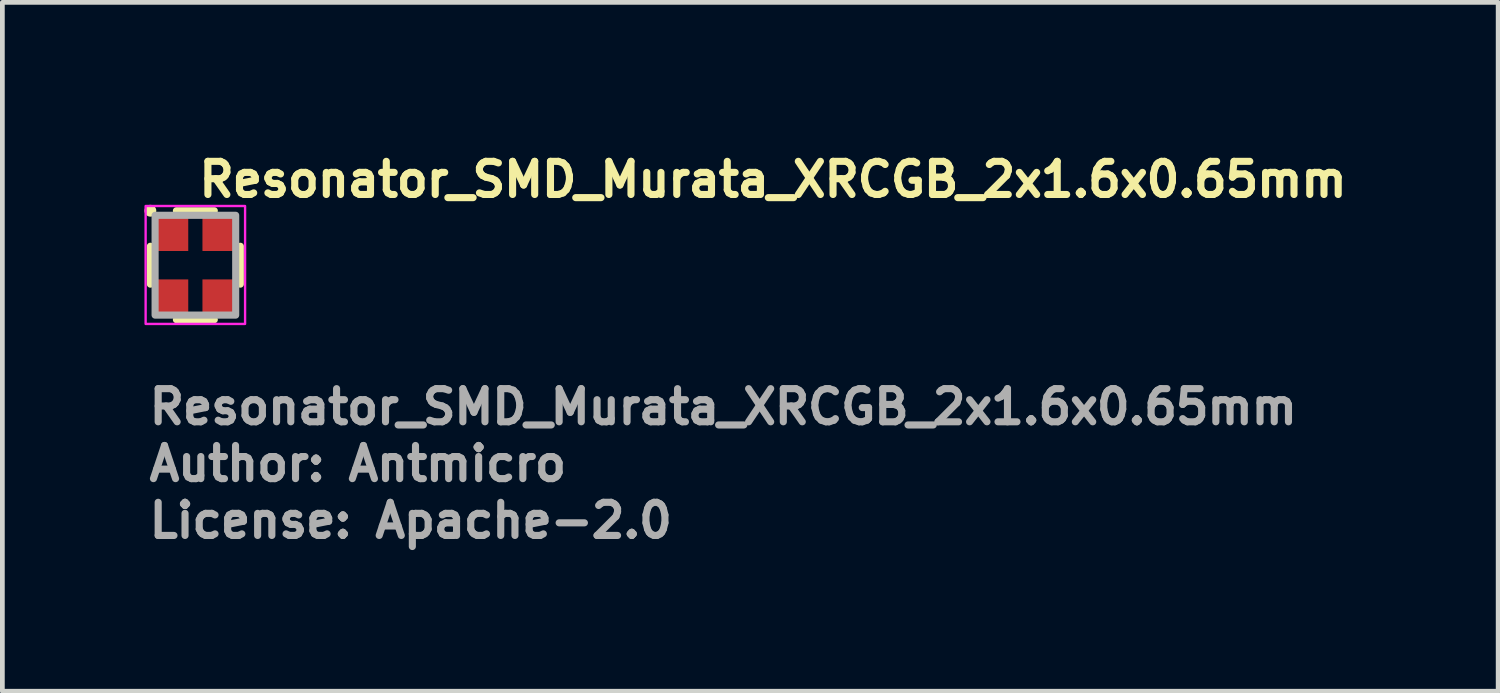
<source format=kicad_pcb>
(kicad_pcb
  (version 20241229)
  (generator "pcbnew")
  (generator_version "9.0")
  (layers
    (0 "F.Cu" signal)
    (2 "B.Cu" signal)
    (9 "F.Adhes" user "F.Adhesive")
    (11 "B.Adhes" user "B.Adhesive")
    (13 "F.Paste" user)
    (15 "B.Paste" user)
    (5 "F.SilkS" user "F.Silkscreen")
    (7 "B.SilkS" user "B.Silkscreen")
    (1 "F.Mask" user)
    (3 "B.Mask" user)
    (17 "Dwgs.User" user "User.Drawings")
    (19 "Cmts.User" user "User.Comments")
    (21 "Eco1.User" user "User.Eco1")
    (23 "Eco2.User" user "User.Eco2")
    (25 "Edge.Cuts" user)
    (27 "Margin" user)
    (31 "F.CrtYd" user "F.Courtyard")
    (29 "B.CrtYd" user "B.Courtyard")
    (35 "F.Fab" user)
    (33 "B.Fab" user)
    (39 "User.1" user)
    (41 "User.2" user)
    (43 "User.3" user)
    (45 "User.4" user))
  (footprint "Resonator_SMD_Murata_XRCGB_2x1.6x0.65mm"
    (layer "F.Cu")
    (at 1.075 2.55)
    (property "Reference" "Resonator_SMD_Murata_XRCGB_2x1.6x0.65mm" (at 0 -1.4 180) (layer "F.SilkS") (effects (font (size 0.7 0.7) (thickness 0.15)) (justify left bottom)))
    (attr smd)
    (fp_line (start -0.95 0.4) (end -0.95 -0.4) (stroke (width 0.15) (type solid)) (layer "F.SilkS"))
    (fp_line (start -0.4 -1.15) (end 0.4 -1.15) (stroke (width 0.15) (type solid)) (layer "F.SilkS"))
    (fp_line (start -0.4 1.15) (end 0.4 1.15) (stroke (width 0.15) (type solid)) (layer "F.SilkS"))
    (fp_line (start 0.95 0.4) (end 0.95 -0.4) (stroke (width 0.15) (type solid)) (layer "F.SilkS"))
    (fp_circle (center -0.95 -1.15) (end -0.9 -1.15) (stroke (width 0.15) (type solid)) (fill yes) (layer "F.SilkS"))
    (fp_rect (start -1.05 -1.25) (end 1.05 1.24) (stroke (width 0.05) (type solid)) (fill no) (layer "F.CrtYd"))
    (fp_rect (start -0.85 -1.054) (end 0.852 1.054) (stroke (width 0.15) (type solid)) (fill no) (layer "F.Fab"))
    (fp_rect (start -0.8 -1) (end 0.8 1) (stroke (width 0.15) (type solid)) (fill no) (layer "User.5"))
    (fp_line (start -0.8 -0.938) (end -0.8 -0.263) (stroke (width 0.02) (type solid)) (layer "User.9"))
    (fp_line (start -0.8 -0.263) (end -0.798 -0.263) (stroke (width 0.02) (type solid)) (layer "User.9"))
    (fp_line (start -0.8 -0.263) (end -0.798 -0.263) (stroke (width 0.02) (type solid)) (layer "User.9"))
    (fp_line (start -0.8 0.263) (end -0.8 0.937) (stroke (width 0.02) (type solid)) (layer "User.9"))
    (fp_line (start -0.8 0.937) (end -0.798 0.937) (stroke (width 0.02) (type solid)) (layer "User.9"))
    (fp_line (start -0.798 -0.938) (end -0.8 -0.938) (stroke (width 0.02) (type solid)) (layer "User.9"))
    (fp_line (start -0.798 -0.263) (end -0.794 -0.263) (stroke (width 0.02) (type solid)) (layer "User.9"))
    (fp_line (start -0.798 -0.263) (end -0.794 -0.263) (stroke (width 0.02) (type solid)) (layer "User.9"))
    (fp_line (start -0.798 0.262) (end -0.8 0.263) (stroke (width 0.02) (type solid)) (layer "User.9"))
    (fp_line (start -0.798 0.937) (end -0.794 0.937) (stroke (width 0.02) (type solid)) (layer "User.9"))
    (fp_line (start -0.794 -0.938) (end -0.798 -0.938) (stroke (width 0.02) (type solid)) (layer "User.9"))
    (fp_line (start -0.794 -0.263) (end -0.791 -0.263) (stroke (width 0.02) (type solid)) (layer "User.9"))
    (fp_line (start -0.794 -0.263) (end -0.791 -0.263) (stroke (width 0.02) (type solid)) (layer "User.9"))
    (fp_line (start -0.794 0.262) (end -0.798 0.262) (stroke (width 0.02) (type solid)) (layer "User.9"))
    (fp_line (start -0.794 0.937) (end -0.791 0.937) (stroke (width 0.02) (type solid)) (layer "User.9"))
    (fp_line (start -0.791 -0.938) (end -0.794 -0.938) (stroke (width 0.02) (type solid)) (layer "User.9"))
    (fp_line (start -0.791 -0.263) (end -0.787 -0.262) (stroke (width 0.02) (type solid)) (layer "User.9"))
    (fp_line (start -0.791 -0.263) (end -0.787 -0.262) (stroke (width 0.02) (type solid)) (layer "User.9"))
    (fp_line (start -0.791 0.262) (end -0.794 0.262) (stroke (width 0.02) (type solid)) (layer "User.9"))
    (fp_line (start -0.791 0.937) (end -0.789 0.938) (stroke (width 0.02) (type solid)) (layer "User.9"))
    (fp_line (start -0.789 -0.94) (end -0.791 -0.938) (stroke (width 0.02) (type solid)) (layer "User.9"))
    (fp_line (start -0.789 0.938) (end -0.785 0.938) (stroke (width 0.02) (type solid)) (layer "User.9"))
    (fp_line (start -0.787 -0.262) (end -0.785 -0.262) (stroke (width 0.02) (type solid)) (layer "User.9"))
    (fp_line (start -0.787 -0.262) (end -0.785 -0.262) (stroke (width 0.02) (type solid)) (layer "User.9"))
    (fp_line (start -0.787 0.261) (end -0.791 0.262) (stroke (width 0.02) (type solid)) (layer "User.9"))
    (fp_line (start -0.785 -0.94) (end -0.789 -0.94) (stroke (width 0.02) (type solid)) (layer "User.9"))
    (fp_line (start -0.785 -0.262) (end -0.781 -0.261) (stroke (width 0.02) (type solid)) (layer "User.9"))
    (fp_line (start -0.785 -0.262) (end -0.781 -0.261) (stroke (width 0.02) (type solid)) (layer "User.9"))
    (fp_line (start -0.785 0.261) (end -0.787 0.261) (stroke (width 0.02) (type solid)) (layer "User.9"))
    (fp_line (start -0.785 0.938) (end -0.783 0.939) (stroke (width 0.02) (type solid)) (layer "User.9"))
    (fp_line (start -0.783 -0.94) (end -0.785 -0.94) (stroke (width 0.02) (type solid)) (layer "User.9"))
    (fp_line (start -0.783 0.939) (end -0.779 0.94) (stroke (width 0.02) (type solid)) (layer "User.9"))
    (fp_line (start -0.781 -0.261) (end -0.779 -0.26) (stroke (width 0.02) (type solid)) (layer "User.9"))
    (fp_line (start -0.781 -0.261) (end -0.779 -0.26) (stroke (width 0.02) (type solid)) (layer "User.9"))
    (fp_line (start -0.781 0.26) (end -0.785 0.261) (stroke (width 0.02) (type solid)) (layer "User.9"))
    (fp_line (start -0.779 -0.942) (end -0.783 -0.94) (stroke (width 0.02) (type solid)) (layer "User.9"))
    (fp_line (start -0.779 -0.26) (end -0.777 -0.258) (stroke (width 0.02) (type solid)) (layer "User.9"))
    (fp_line (start -0.779 -0.26) (end -0.777 -0.258) (stroke (width 0.02) (type solid)) (layer "User.9"))
    (fp_line (start -0.779 0.259) (end -0.781 0.26) (stroke (width 0.02) (type solid)) (layer "User.9"))
    (fp_line (start -0.779 0.94) (end -0.777 0.941) (stroke (width 0.02) (type solid)) (layer "User.9"))
    (fp_line (start -0.777 -0.942) (end -0.779 -0.942) (stroke (width 0.02) (type solid)) (layer "User.9"))
    (fp_line (start -0.777 -0.258) (end -0.773 -0.256) (stroke (width 0.02) (type solid)) (layer "User.9"))
    (fp_line (start -0.777 -0.258) (end -0.773 -0.256) (stroke (width 0.02) (type solid)) (layer "User.9"))
    (fp_line (start -0.777 0.258) (end -0.779 0.259) (stroke (width 0.02) (type solid)) (layer "User.9"))
    (fp_line (start -0.777 0.941) (end -0.773 0.942) (stroke (width 0.02) (type solid)) (layer "User.9"))
    (fp_line (start -0.773 -0.944) (end -0.777 -0.942) (stroke (width 0.02) (type solid)) (layer "User.9"))
    (fp_line (start -0.773 -0.256) (end -0.771 -0.255) (stroke (width 0.02) (type solid)) (layer "User.9"))
    (fp_line (start -0.773 -0.256) (end -0.771 -0.255) (stroke (width 0.02) (type solid)) (layer "User.9"))
    (fp_line (start -0.773 0.256) (end -0.777 0.258) (stroke (width 0.02) (type solid)) (layer "User.9"))
    (fp_line (start -0.773 0.942) (end -0.771 0.944) (stroke (width 0.02) (type solid)) (layer "User.9"))
    (fp_line (start -0.771 -0.946) (end -0.773 -0.944) (stroke (width 0.02) (type solid)) (layer "User.9"))
    (fp_line (start -0.771 -0.255) (end -0.769 -0.253) (stroke (width 0.02) (type solid)) (layer "User.9"))
    (fp_line (start -0.771 -0.255) (end -0.769 -0.253) (stroke (width 0.02) (type solid)) (layer "User.9"))
    (fp_line (start -0.771 0.255) (end -0.773 0.256) (stroke (width 0.02) (type solid)) (layer "User.9"))
    (fp_line (start -0.771 0.944) (end -0.769 0.945) (stroke (width 0.02) (type solid)) (layer "User.9"))
    (fp_line (start -0.769 -0.946) (end -0.771 -0.946) (stroke (width 0.02) (type solid)) (layer "User.9"))
    (fp_line (start -0.769 -0.253) (end -0.765 -0.252) (stroke (width 0.02) (type solid)) (layer "User.9"))
    (fp_line (start -0.769 -0.253) (end -0.765 -0.252) (stroke (width 0.02) (type solid)) (layer "User.9"))
    (fp_line (start -0.769 0.252) (end -0.771 0.255) (stroke (width 0.02) (type solid)) (layer "User.9"))
    (fp_line (start -0.769 0.945) (end -0.765 0.947) (stroke (width 0.02) (type solid)) (layer "User.9"))
    (fp_line (start -0.765 -0.948) (end -0.769 -0.946) (stroke (width 0.02) (type solid)) (layer "User.9"))
    (fp_line (start -0.765 -0.252) (end -0.763 -0.25) (stroke (width 0.02) (type solid)) (layer "User.9"))
    (fp_line (start -0.765 -0.252) (end -0.763 -0.25) (stroke (width 0.02) (type solid)) (layer "User.9"))
    (fp_line (start -0.765 0.251) (end -0.769 0.252) (stroke (width 0.02) (type solid)) (layer "User.9"))
    (fp_line (start -0.765 0.947) (end -0.763 0.949) (stroke (width 0.02) (type solid)) (layer "User.9"))
    (fp_line (start -0.763 -0.95) (end -0.765 -0.948) (stroke (width 0.02) (type solid)) (layer "User.9"))
    (fp_line (start -0.763 -0.25) (end -0.761 -0.248) (stroke (width 0.02) (type solid)) (layer "User.9"))
    (fp_line (start -0.763 -0.25) (end -0.761 -0.248) (stroke (width 0.02) (type solid)) (layer "User.9"))
    (fp_line (start -0.763 0.249) (end -0.765 0.251) (stroke (width 0.02) (type solid)) (layer "User.9"))
    (fp_line (start -0.763 0.949) (end -0.761 0.951) (stroke (width 0.02) (type solid)) (layer "User.9"))
    (fp_line (start -0.761 -0.952) (end -0.763 -0.95) (stroke (width 0.02) (type solid)) (layer "User.9"))
    (fp_line (start -0.761 -0.248) (end -0.759 -0.246) (stroke (width 0.02) (type solid)) (layer "User.9"))
    (fp_line (start -0.761 -0.248) (end -0.759 -0.246) (stroke (width 0.02) (type solid)) (layer "User.9"))
    (fp_line (start -0.761 0.247) (end -0.763 0.249) (stroke (width 0.02) (type solid)) (layer "User.9"))
    (fp_line (start -0.761 0.951) (end -0.759 0.953) (stroke (width 0.02) (type solid)) (layer "User.9"))
    (fp_line (start -0.759 -0.954) (end -0.761 -0.952) (stroke (width 0.02) (type solid)) (layer "User.9"))
    (fp_line (start -0.759 -0.246) (end -0.757 -0.244) (stroke (width 0.02) (type solid)) (layer "User.9"))
    (fp_line (start -0.759 -0.246) (end -0.757 -0.244) (stroke (width 0.02) (type solid)) (layer "User.9"))
    (fp_line (start -0.759 0.245) (end -0.761 0.247) (stroke (width 0.02) (type solid)) (layer "User.9"))
    (fp_line (start -0.759 0.953) (end -0.757 0.955) (stroke (width 0.02) (type solid)) (layer "User.9"))
    (fp_line (start -0.757 -0.956) (end -0.759 -0.954) (stroke (width 0.02) (type solid)) (layer "User.9"))
    (fp_line (start -0.757 -0.956) (end -0.757 -0.956) (stroke (width 0.02) (type solid)) (layer "User.9"))
    (fp_line (start -0.757 -0.244) (end -0.755 -0.242) (stroke (width 0.02) (type solid)) (layer "User.9"))
    (fp_line (start -0.757 -0.244) (end -0.755 -0.242) (stroke (width 0.02) (type solid)) (layer "User.9"))
    (fp_line (start -0.757 0.243) (end -0.759 0.245) (stroke (width 0.02) (type solid)) (layer "User.9"))
    (fp_line (start -0.757 0.955) (end -0.757 0.955) (stroke (width 0.02) (type solid)) (layer "User.9"))
    (fp_line (start -0.757 0.955) (end -0.755 0.958) (stroke (width 0.02) (type solid)) (layer "User.9"))
    (fp_line (start -0.755 -0.958) (end -0.757 -0.956) (stroke (width 0.02) (type solid)) (layer "User.9"))
    (fp_line (start -0.755 -0.242) (end -0.753 -0.24) (stroke (width 0.02) (type solid)) (layer "User.9"))
    (fp_line (start -0.755 -0.242) (end -0.753 -0.24) (stroke (width 0.02) (type solid)) (layer "User.9"))
    (fp_line (start -0.755 0.241) (end -0.757 0.243) (stroke (width 0.02) (type solid)) (layer "User.9"))
    (fp_line (start -0.755 0.958) (end -0.753 0.96) (stroke (width 0.02) (type solid)) (layer "User.9"))
    (fp_line (start -0.753 -0.96) (end -0.755 -0.958) (stroke (width 0.02) (type solid)) (layer "User.9"))
    (fp_line (start -0.753 -0.24) (end -0.751 -0.237) (stroke (width 0.02) (type solid)) (layer "User.9"))
    (fp_line (start -0.753 -0.24) (end -0.751 -0.237) (stroke (width 0.02) (type solid)) (layer "User.9"))
    (fp_line (start -0.753 0.239) (end -0.755 0.241) (stroke (width 0.02) (type solid)) (layer "User.9"))
    (fp_line (start -0.753 0.96) (end -0.751 0.963) (stroke (width 0.02) (type solid)) (layer "User.9"))
    (fp_line (start -0.751 -0.964) (end -0.753 -0.96) (stroke (width 0.02) (type solid)) (layer "User.9"))
    (fp_line (start -0.751 -0.237) (end -0.749 -0.235) (stroke (width 0.02) (type solid)) (layer "User.9"))
    (fp_line (start -0.751 -0.237) (end -0.749 -0.235) (stroke (width 0.02) (type solid)) (layer "User.9"))
    (fp_line (start -0.751 0.236) (end -0.753 0.239) (stroke (width 0.02) (type solid)) (layer "User.9"))
    (fp_line (start -0.751 0.963) (end -0.749 0.965) (stroke (width 0.02) (type solid)) (layer "User.9"))
    (fp_line (start -0.749 -0.966) (end -0.751 -0.964) (stroke (width 0.02) (type solid)) (layer "User.9"))
    (fp_line (start -0.749 -0.235) (end -0.747 -0.232) (stroke (width 0.02) (type solid)) (layer "User.9"))
    (fp_line (start -0.749 -0.235) (end -0.747 -0.232) (stroke (width 0.02) (type solid)) (layer "User.9"))
    (fp_line (start -0.749 0.234) (end -0.751 0.236) (stroke (width 0.02) (type solid)) (layer "User.9"))
    (fp_line (start -0.749 0.965) (end -0.747 0.968) (stroke (width 0.02) (type solid)) (layer "User.9"))
    (fp_line (start -0.747 -0.968) (end -0.749 -0.966) (stroke (width 0.02) (type solid)) (layer "User.9"))
    (fp_line (start -0.747 -0.232) (end -0.745 -0.23) (stroke (width 0.02) (type solid)) (layer "User.9"))
    (fp_line (start -0.747 -0.232) (end -0.745 -0.23) (stroke (width 0.02) (type solid)) (layer "User.9"))
    (fp_line (start -0.747 0.231) (end -0.749 0.234) (stroke (width 0.02) (type solid)) (layer "User.9"))
    (fp_line (start -0.747 0.968) (end -0.745 0.971) (stroke (width 0.02) (type solid)) (layer "User.9"))
    (fp_line (start -0.745 -0.972) (end -0.747 -0.968) (stroke (width 0.02) (type solid)) (layer "User.9"))
    (fp_line (start -0.745 -0.23) (end -0.745 -0.227) (stroke (width 0.02) (type solid)) (layer "User.9"))
    (fp_line (start -0.745 -0.23) (end -0.745 -0.227) (stroke (width 0.02) (type solid)) (layer "User.9"))
    (fp_line (start -0.745 -0.227) (end -0.743 -0.224) (stroke (width 0.02) (type solid)) (layer "User.9"))
    (fp_line (start -0.745 -0.227) (end -0.743 -0.224) (stroke (width 0.02) (type solid)) (layer "User.9"))
    (fp_line (start -0.745 0.226) (end -0.745 0.229) (stroke (width 0.02) (type solid)) (layer "User.9"))
    (fp_line (start -0.745 0.229) (end -0.747 0.231) (stroke (width 0.02) (type solid)) (layer "User.9"))
    (fp_line (start -0.745 0.971) (end -0.743 0.973) (stroke (width 0.02) (type solid)) (layer "User.9"))
    (fp_line (start -0.743 -0.976) (end -0.743 -0.974) (stroke (width 0.02) (type solid)) (layer "User.9"))
    (fp_line (start -0.743 -0.974) (end -0.745 -0.972) (stroke (width 0.02) (type solid)) (layer "User.9"))
    (fp_line (start -0.743 -0.224) (end -0.741 -0.221) (stroke (width 0.02) (type solid)) (layer "User.9"))
    (fp_line (start -0.743 -0.224) (end -0.741 -0.221) (stroke (width 0.02) (type solid)) (layer "User.9"))
    (fp_line (start -0.743 0.223) (end -0.745 0.226) (stroke (width 0.02) (type solid)) (layer "User.9"))
    (fp_line (start -0.743 0.973) (end -0.743 0.976) (stroke (width 0.02) (type solid)) (layer "User.9"))
    (fp_line (start -0.743 0.976) (end -0.741 0.979) (stroke (width 0.02) (type solid)) (layer "User.9"))
    (fp_line (start -0.741 -0.982) (end -0.741 -0.98) (stroke (width 0.02) (type solid)) (layer "User.9"))
    (fp_line (start -0.741 -0.98) (end -0.743 -0.976) (stroke (width 0.02) (type solid)) (layer "User.9"))
    (fp_line (start -0.741 -0.221) (end -0.741 -0.219) (stroke (width 0.02) (type solid)) (layer "User.9"))
    (fp_line (start -0.741 -0.221) (end -0.741 -0.219) (stroke (width 0.02) (type solid)) (layer "User.9"))
    (fp_line (start -0.741 -0.219) (end -0.739 -0.216) (stroke (width 0.02) (type solid)) (layer "User.9"))
    (fp_line (start -0.741 -0.219) (end -0.739 -0.216) (stroke (width 0.02) (type solid)) (layer "User.9"))
    (fp_line (start -0.741 0.219) (end -0.741 0.22) (stroke (width 0.02) (type solid)) (layer "User.9"))
    (fp_line (start -0.741 0.22) (end -0.743 0.223) (stroke (width 0.02) (type solid)) (layer "User.9"))
    (fp_line (start -0.741 0.979) (end -0.741 0.982) (stroke (width 0.02) (type solid)) (layer "User.9"))
    (fp_line (start -0.741 0.982) (end -0.739 0.985) (stroke (width 0.02) (type solid)) (layer "User.9"))
    (fp_line (start -0.739 -1) (end -0.739 -0.998) (stroke (width 0.02) (type solid)) (layer "User.9"))
    (fp_line (start -0.739 -0.998) (end -0.739 -0.994) (stroke (width 0.02) (type solid)) (layer "User.9"))
    (fp_line (start -0.739 -0.994) (end -0.739 -0.992) (stroke (width 0.02) (type solid)) (layer "User.9"))
    (fp_line (start -0.739 -0.992) (end -0.739 -0.988) (stroke (width 0.02) (type solid)) (layer "User.9"))
    (fp_line (start -0.739 -0.988) (end -0.739 -0.986) (stroke (width 0.02) (type solid)) (layer "User.9"))
    (fp_line (start -0.739 -0.986) (end -0.741 -0.982) (stroke (width 0.02) (type solid)) (layer "User.9"))
    (fp_line (start -0.739 -0.216) (end -0.739 -0.213) (stroke (width 0.02) (type solid)) (layer "User.9"))
    (fp_line (start -0.739 -0.216) (end -0.739 -0.213) (stroke (width 0.02) (type solid)) (layer "User.9"))
    (fp_line (start -0.739 -0.213) (end -0.739 -0.21) (stroke (width 0.02) (type solid)) (layer "User.9"))
    (fp_line (start -0.739 -0.213) (end -0.739 -0.21) (stroke (width 0.02) (type solid)) (layer "User.9"))
    (fp_line (start -0.739 -0.21) (end -0.739 -0.206) (stroke (width 0.02) (type solid)) (layer "User.9"))
    (fp_line (start -0.739 -0.21) (end -0.739 -0.206) (stroke (width 0.02) (type solid)) (layer "User.9"))
    (fp_line (start -0.739 -0.206) (end -0.739 -0.203) (stroke (width 0.02) (type solid)) (layer "User.9"))
    (fp_line (start -0.739 -0.206) (end -0.739 -0.203) (stroke (width 0.02) (type solid)) (layer "User.9"))
    (fp_line (start -0.739 -0.203) (end -0.739 -0.2) (stroke (width 0.02) (type solid)) (layer "User.9"))
    (fp_line (start -0.739 -0.203) (end -0.739 -0.2) (stroke (width 0.02) (type solid)) (layer "User.9"))
    (fp_line (start -0.739 -0.2) (end -0.739 0.2) (stroke (width 0.02) (type solid)) (layer "User.9"))
    (fp_line (start -0.739 0.2) (end -0.739 0.203) (stroke (width 0.02) (type solid)) (layer "User.9"))
    (fp_line (start -0.739 0.203) (end -0.739 0.206) (stroke (width 0.02) (type solid)) (layer "User.9"))
    (fp_line (start -0.739 0.206) (end -0.739 0.21) (stroke (width 0.02) (type solid)) (layer "User.9"))
    (fp_line (start -0.739 0.21) (end -0.739 0.213) (stroke (width 0.02) (type solid)) (layer "User.9"))
    (fp_line (start -0.739 0.213) (end -0.739 0.216) (stroke (width 0.02) (type solid)) (layer "User.9"))
    (fp_line (start -0.739 0.216) (end -0.741 0.219) (stroke (width 0.02) (type solid)) (layer "User.9"))
    (fp_line (start -0.739 0.985) (end -0.739 0.988) (stroke (width 0.02) (type solid)) (layer "User.9"))
    (fp_line (start -0.739 0.988) (end -0.739 0.99) (stroke (width 0.02) (type solid)) (layer "User.9"))
    (fp_line (start -0.739 0.99) (end -0.739 0.993) (stroke (width 0.02) (type solid)) (layer "User.9"))
    (fp_line (start -0.739 0.993) (end -0.739 0.996) (stroke (width 0.02) (type solid)) (layer "User.9"))
    (fp_line (start -0.739 0.996) (end -0.739 0.999) (stroke (width 0.02) (type solid)) (layer "User.9"))
    (fp_line (start -0.739 0.999) (end 0.737 0.999) (stroke (width 0.02) (type solid)) (layer "User.9"))
    (fp_line (start -0.701 -0.831) (end -0.699 -0.835) (stroke (width 0.02) (type solid)) (layer "User.9"))
    (fp_line (start -0.701 -0.825) (end -0.701 -0.831) (stroke (width 0.02) (type solid)) (layer "User.9"))
    (fp_line (start -0.701 -0.825) (end -0.701 0.824) (stroke (width 0.02) (type solid)) (layer "User.9"))
    (fp_line (start -0.701 0.824) (end -0.701 0.83) (stroke (width 0.02) (type solid)) (layer "User.9"))
    (fp_line (start -0.701 0.83) (end -0.699 0.835) (stroke (width 0.02) (type solid)) (layer "User.9"))
    (fp_line (start -0.699 -0.845) (end -0.697 -0.851) (stroke (width 0.02) (type solid)) (layer "User.9"))
    (fp_line (start -0.699 -0.841) (end -0.699 -0.845) (stroke (width 0.02) (type solid)) (layer "User.9"))
    (fp_line (start -0.699 -0.835) (end -0.699 -0.841) (stroke (width 0.02) (type solid)) (layer "User.9"))
    (fp_line (start -0.699 0.835) (end -0.699 0.84) (stroke (width 0.02) (type solid)) (layer "User.9"))
    (fp_line (start -0.699 0.84) (end -0.699 0.845) (stroke (width 0.02) (type solid)) (layer "User.9"))
    (fp_line (start -0.699 0.845) (end -0.697 0.849) (stroke (width 0.02) (type solid)) (layer "User.9"))
    (fp_line (start -0.697 -0.855) (end -0.695 -0.859) (stroke (width 0.02) (type solid)) (layer "User.9"))
    (fp_line (start -0.697 -0.851) (end -0.697 -0.855) (stroke (width 0.02) (type solid)) (layer "User.9"))
    (fp_line (start -0.697 0.849) (end -0.697 0.854) (stroke (width 0.02) (type solid)) (layer "User.9"))
    (fp_line (start -0.697 0.854) (end -0.695 0.858) (stroke (width 0.02) (type solid)) (layer "User.9"))
    (fp_line (start -0.695 -0.859) (end -0.693 -0.865) (stroke (width 0.02) (type solid)) (layer "User.9"))
    (fp_line (start -0.695 0.858) (end -0.693 0.864) (stroke (width 0.02) (type solid)) (layer "User.9"))
    (fp_line (start -0.693 -0.865) (end -0.691 -0.869) (stroke (width 0.02) (type solid)) (layer "User.9"))
    (fp_line (start -0.693 0.864) (end -0.691 0.868) (stroke (width 0.02) (type solid)) (layer "User.9"))
    (fp_line (start -0.691 -0.869) (end -0.689 -0.873) (stroke (width 0.02) (type solid)) (layer "User.9"))
    (fp_line (start -0.691 0.868) (end -0.689 0.873) (stroke (width 0.02) (type solid)) (layer "User.9"))
    (fp_line (start -0.689 -0.873) (end -0.687 -0.877) (stroke (width 0.02) (type solid)) (layer "User.9"))
    (fp_line (start -0.689 0.873) (end -0.687 0.876) (stroke (width 0.02) (type solid)) (layer "User.9"))
    (fp_line (start -0.687 -0.877) (end -0.683 -0.881) (stroke (width 0.02) (type solid)) (layer "User.9"))
    (fp_line (start -0.687 0.876) (end -0.683 0.88) (stroke (width 0.02) (type solid)) (layer "User.9"))
    (fp_line (start -0.683 -0.881) (end -0.681 -0.885) (stroke (width 0.02) (type solid)) (layer "User.9"))
    (fp_line (start -0.683 0.88) (end -0.681 0.884) (stroke (width 0.02) (type solid)) (layer "User.9"))
    (fp_line (start -0.681 -0.885) (end -0.677 -0.889) (stroke (width 0.02) (type solid)) (layer "User.9"))
    (fp_line (start -0.681 0.884) (end -0.677 0.888) (stroke (width 0.02) (type solid)) (layer "User.9"))
    (fp_line (start -0.677 -0.889) (end -0.675 -0.893) (stroke (width 0.02) (type solid)) (layer "User.9"))
    (fp_line (start -0.677 0.888) (end -0.675 0.891) (stroke (width 0.02) (type solid)) (layer "User.9"))
    (fp_line (start -0.675 -0.893) (end -0.671 -0.897) (stroke (width 0.02) (type solid)) (layer "User.9"))
    (fp_line (start -0.675 0.891) (end -0.671 0.896) (stroke (width 0.02) (type solid)) (layer "User.9"))
    (fp_line (start -0.671 -0.897) (end -0.667 -0.9) (stroke (width 0.02) (type solid)) (layer "User.9"))
    (fp_line (start -0.671 0.896) (end -0.667 0.899) (stroke (width 0.02) (type solid)) (layer "User.9"))
    (fp_line (start -0.667 -0.9) (end -0.664 -0.902) (stroke (width 0.02) (type solid)) (layer "User.9"))
    (fp_line (start -0.667 0.899) (end -0.664 0.902) (stroke (width 0.02) (type solid)) (layer "User.9"))
    (fp_line (start -0.664 -0.902) (end -0.66 -0.906) (stroke (width 0.02) (type solid)) (layer "User.9"))
    (fp_line (start -0.664 0.902) (end -0.66 0.905) (stroke (width 0.02) (type solid)) (layer "User.9"))
    (fp_line (start -0.66 -0.906) (end -0.656 -0.908) (stroke (width 0.02) (type solid)) (layer "User.9"))
    (fp_line (start -0.66 0.905) (end -0.656 0.908) (stroke (width 0.02) (type solid)) (layer "User.9"))
    (fp_line (start -0.656 -0.908) (end -0.652 -0.912) (stroke (width 0.02) (type solid)) (layer "User.9"))
    (fp_line (start -0.656 0.908) (end -0.652 0.911) (stroke (width 0.02) (type solid)) (layer "User.9"))
    (fp_line (start -0.652 -0.912) (end -0.648 -0.914) (stroke (width 0.02) (type solid)) (layer "User.9"))
    (fp_line (start -0.652 0.911) (end -0.648 0.913) (stroke (width 0.02) (type solid)) (layer "User.9"))
    (fp_line (start -0.648 -0.914) (end -0.644 -0.916) (stroke (width 0.02) (type solid)) (layer "User.9"))
    (fp_line (start -0.648 0.913) (end -0.644 0.915) (stroke (width 0.02) (type solid)) (layer "User.9"))
    (fp_line (start -0.644 -0.916) (end -0.64 -0.918) (stroke (width 0.02) (type solid)) (layer "User.9"))
    (fp_line (start -0.644 0.915) (end -0.64 0.917) (stroke (width 0.02) (type solid)) (layer "User.9"))
    (fp_line (start -0.64 -0.918) (end -0.634 -0.92) (stroke (width 0.02) (type solid)) (layer "User.9"))
    (fp_line (start -0.64 0.917) (end -0.634 0.919) (stroke (width 0.02) (type solid)) (layer "User.9"))
    (fp_line (start -0.634 -0.92) (end -0.63 -0.922) (stroke (width 0.02) (type solid)) (layer "User.9"))
    (fp_line (start -0.634 0.919) (end -0.63 0.921) (stroke (width 0.02) (type solid)) (layer "User.9"))
    (fp_line (start -0.63 -0.922) (end -0.626 -0.922) (stroke (width 0.02) (type solid)) (layer "User.9"))
    (fp_line (start -0.63 0.921) (end -0.626 0.922) (stroke (width 0.02) (type solid)) (layer "User.9"))
    (fp_line (start -0.626 -0.922) (end -0.62 -0.924) (stroke (width 0.02) (type solid)) (layer "User.9"))
    (fp_line (start -0.626 0.922) (end -0.62 0.923) (stroke (width 0.02) (type solid)) (layer "User.9"))
    (fp_line (start -0.62 -0.924) (end -0.616 -0.924) (stroke (width 0.02) (type solid)) (layer "User.9"))
    (fp_line (start -0.62 0.923) (end -0.616 0.924) (stroke (width 0.02) (type solid)) (layer "User.9"))
    (fp_line (start -0.616 -0.924) (end -0.61 -0.924) (stroke (width 0.02) (type solid)) (layer "User.9"))
    (fp_line (start -0.616 0.924) (end -0.61 0.924) (stroke (width 0.02) (type solid)) (layer "User.9"))
    (fp_line (start -0.61 -0.924) (end -0.606 -0.926) (stroke (width 0.02) (type solid)) (layer "User.9"))
    (fp_line (start -0.61 0.924) (end -0.606 0.925) (stroke (width 0.02) (type solid)) (layer "User.9"))
    (fp_line (start -0.606 -0.926) (end -0.6 -0.926) (stroke (width 0.02) (type solid)) (layer "User.9"))
    (fp_line (start -0.606 0.925) (end -0.6 0.925) (stroke (width 0.02) (type solid)) (layer "User.9"))
    (fp_line (start -0.6 -0.926) (end 0.6 -0.926) (stroke (width 0.02) (type solid)) (layer "User.9"))
    (fp_line (start -0.6 0.925) (end 0.6 0.925) (stroke (width 0.02) (type solid)) (layer "User.9"))
    (fp_line (start -0.525 -0.67) (end -0.525 -0.664) (stroke (width 0.02) (type solid)) (layer "User.9"))
    (fp_line (start -0.525 -0.664) (end -0.525 -0.656) (stroke (width 0.02) (type solid)) (layer "User.9"))
    (fp_line (start -0.525 -0.656) (end -0.525 -0.65) (stroke (width 0.02) (type solid)) (layer "User.9"))
    (fp_line (start -0.525 -0.65) (end -0.525 -0.644) (stroke (width 0.02) (type solid)) (layer "User.9"))
    (fp_line (start -0.525 -0.644) (end -0.525 -0.637) (stroke (width 0.02) (type solid)) (layer "User.9"))
    (fp_line (start -0.525 -0.637) (end -0.525 -0.631) (stroke (width 0.02) (type solid)) (layer "User.9"))
    (fp_line (start -0.525 -0.631) (end -0.523 -0.625) (stroke (width 0.02) (type solid)) (layer "User.9"))
    (fp_line (start -0.523 -0.676) (end -0.525 -0.67) (stroke (width 0.02) (type solid)) (layer "User.9"))
    (fp_line (start -0.523 -0.625) (end -0.521 -0.619) (stroke (width 0.02) (type solid)) (layer "User.9"))
    (fp_line (start -0.521 -0.682) (end -0.523 -0.676) (stroke (width 0.02) (type solid)) (layer "User.9"))
    (fp_line (start -0.521 -0.619) (end -0.519 -0.613) (stroke (width 0.02) (type solid)) (layer "User.9"))
    (fp_line (start -0.519 -0.688) (end -0.521 -0.682) (stroke (width 0.02) (type solid)) (layer "User.9"))
    (fp_line (start -0.519 -0.613) (end -0.517 -0.607) (stroke (width 0.02) (type solid)) (layer "User.9"))
    (fp_line (start -0.517 -0.694) (end -0.519 -0.688) (stroke (width 0.02) (type solid)) (layer "User.9"))
    (fp_line (start -0.517 -0.607) (end -0.515 -0.601) (stroke (width 0.02) (type solid)) (layer "User.9"))
    (fp_line (start -0.515 -0.7) (end -0.517 -0.694) (stroke (width 0.02) (type solid)) (layer "User.9"))
    (fp_line (start -0.515 -0.601) (end -0.513 -0.597) (stroke (width 0.02) (type solid)) (layer "User.9"))
    (fp_line (start -0.513 -0.704) (end -0.515 -0.7) (stroke (width 0.02) (type solid)) (layer "User.9"))
    (fp_line (start -0.513 -0.597) (end -0.51 -0.591) (stroke (width 0.02) (type solid)) (layer "User.9"))
    (fp_line (start -0.51 -0.71) (end -0.513 -0.704) (stroke (width 0.02) (type solid)) (layer "User.9"))
    (fp_line (start -0.51 -0.591) (end -0.507 -0.585) (stroke (width 0.02) (type solid)) (layer "User.9"))
    (fp_line (start -0.507 -0.716) (end -0.51 -0.71) (stroke (width 0.02) (type solid)) (layer "User.9"))
    (fp_line (start -0.507 -0.585) (end -0.504 -0.581) (stroke (width 0.02) (type solid)) (layer "User.9"))
    (fp_line (start -0.504 -0.72) (end -0.507 -0.716) (stroke (width 0.02) (type solid)) (layer "User.9"))
    (fp_line (start -0.504 -0.581) (end -0.5 -0.575) (stroke (width 0.02) (type solid)) (layer "User.9"))
    (fp_line (start -0.5 -0.726) (end -0.504 -0.72) (stroke (width 0.02) (type solid)) (layer "User.9"))
    (fp_line (start -0.5 -0.575) (end -0.496 -0.571) (stroke (width 0.02) (type solid)) (layer "User.9"))
    (fp_line (start -0.496 -0.73) (end -0.5 -0.726) (stroke (width 0.02) (type solid)) (layer "User.9"))
    (fp_line (start -0.496 -0.571) (end -0.493 -0.567) (stroke (width 0.02) (type solid)) (layer "User.9"))
    (fp_line (start -0.493 -0.734) (end -0.496 -0.73) (stroke (width 0.02) (type solid)) (layer "User.9"))
    (fp_line (start -0.493 -0.567) (end -0.488 -0.563) (stroke (width 0.02) (type solid)) (layer "User.9"))
    (fp_line (start -0.488 -0.738) (end -0.493 -0.734) (stroke (width 0.02) (type solid)) (layer "User.9"))
    (fp_line (start -0.488 -0.563) (end -0.484 -0.559) (stroke (width 0.02) (type solid)) (layer "User.9"))
    (fp_line (start -0.484 -0.742) (end -0.488 -0.738) (stroke (width 0.02) (type solid)) (layer "User.9"))
    (fp_line (start -0.484 -0.559) (end -0.479 -0.555) (stroke (width 0.02) (type solid)) (layer "User.9"))
    (fp_line (start -0.479 -0.746) (end -0.484 -0.742) (stroke (width 0.02) (type solid)) (layer "User.9"))
    (fp_line (start -0.479 -0.555) (end -0.475 -0.551) (stroke (width 0.02) (type solid)) (layer "User.9"))
    (fp_line (start -0.475 -0.75) (end -0.479 -0.746) (stroke (width 0.02) (type solid)) (layer "User.9"))
    (fp_line (start -0.475 -0.551) (end -0.471 -0.547) (stroke (width 0.02) (type solid)) (layer "User.9"))
    (fp_line (start -0.471 -0.754) (end -0.475 -0.75) (stroke (width 0.02) (type solid)) (layer "User.9"))
    (fp_line (start -0.471 -0.547) (end -0.466 -0.543) (stroke (width 0.02) (type solid)) (layer "User.9"))
    (fp_line (start -0.466 -0.758) (end -0.471 -0.754) (stroke (width 0.02) (type solid)) (layer "User.9"))
    (fp_line (start -0.466 -0.543) (end -0.461 -0.541) (stroke (width 0.02) (type solid)) (layer "User.9"))
    (fp_line (start -0.461 -0.76) (end -0.466 -0.758) (stroke (width 0.02) (type solid)) (layer "User.9"))
    (fp_line (start -0.461 -0.541) (end -0.455 -0.537) (stroke (width 0.02) (type solid)) (layer "User.9"))
    (fp_line (start -0.455 -0.764) (end -0.461 -0.76) (stroke (width 0.02) (type solid)) (layer "User.9"))
    (fp_line (start -0.455 -0.537) (end -0.45 -0.535) (stroke (width 0.02) (type solid)) (layer "User.9"))
    (fp_line (start -0.45 -0.766) (end -0.455 -0.764) (stroke (width 0.02) (type solid)) (layer "User.9"))
    (fp_line (start -0.45 -0.535) (end -0.444 -0.533) (stroke (width 0.02) (type solid)) (layer "User.9"))
    (fp_line (start -0.444 -0.768) (end -0.45 -0.766) (stroke (width 0.02) (type solid)) (layer "User.9"))
    (fp_line (start -0.444 -0.533) (end -0.438 -0.531) (stroke (width 0.02) (type solid)) (layer "User.9"))
    (fp_line (start -0.438 -0.77) (end -0.444 -0.768) (stroke (width 0.02) (type solid)) (layer "User.9"))
    (fp_line (start -0.438 -0.531) (end -0.432 -0.529) (stroke (width 0.02) (type solid)) (layer "User.9"))
    (fp_line (start -0.432 -0.771) (end -0.438 -0.77) (stroke (width 0.02) (type solid)) (layer "User.9"))
    (fp_line (start -0.432 -0.529) (end -0.426 -0.529) (stroke (width 0.02) (type solid)) (layer "User.9"))
    (fp_line (start -0.426 -0.773) (end -0.432 -0.771) (stroke (width 0.02) (type solid)) (layer "User.9"))
    (fp_line (start -0.426 -0.529) (end -0.42 -0.527) (stroke (width 0.02) (type solid)) (layer "User.9"))
    (fp_line (start -0.42 -0.773) (end -0.426 -0.773) (stroke (width 0.02) (type solid)) (layer "User.9"))
    (fp_line (start -0.42 -0.527) (end -0.414 -0.527) (stroke (width 0.02) (type solid)) (layer "User.9"))
    (fp_line (start -0.414 -0.775) (end -0.42 -0.773) (stroke (width 0.02) (type solid)) (layer "User.9"))
    (fp_line (start -0.414 -0.527) (end -0.406 -0.525) (stroke (width 0.02) (type solid)) (layer "User.9"))
    (fp_line (start -0.406 -0.775) (end -0.414 -0.775) (stroke (width 0.02) (type solid)) (layer "User.9"))
    (fp_line (start -0.406 -0.525) (end -0.4 -0.525) (stroke (width 0.02) (type solid)) (layer "User.9"))
    (fp_line (start -0.4 -0.775) (end -0.406 -0.775) (stroke (width 0.02) (type solid)) (layer "User.9"))
    (fp_line (start -0.4 -0.775) (end -0.4 -0.775) (stroke (width 0.02) (type solid)) (layer "User.9"))
    (fp_line (start -0.4 -0.525) (end -0.4 -0.525) (stroke (width 0.02) (type solid)) (layer "User.9"))
    (fp_line (start -0.4 -0.525) (end -0.394 -0.525) (stroke (width 0.02) (type solid)) (layer "User.9"))
    (fp_line (start -0.394 -0.775) (end -0.4 -0.775) (stroke (width 0.02) (type solid)) (layer "User.9"))
    (fp_line (start -0.394 -0.525) (end -0.387 -0.527) (stroke (width 0.02) (type solid)) (layer "User.9"))
    (fp_line (start -0.387 -0.775) (end -0.394 -0.775) (stroke (width 0.02) (type solid)) (layer "User.9"))
    (fp_line (start -0.387 -0.527) (end -0.381 -0.527) (stroke (width 0.02) (type solid)) (layer "User.9"))
    (fp_line (start -0.381 -0.773) (end -0.387 -0.775) (stroke (width 0.02) (type solid)) (layer "User.9"))
    (fp_line (start -0.381 -0.527) (end -0.375 -0.529) (stroke (width 0.02) (type solid)) (layer "User.9"))
    (fp_line (start -0.375 -0.773) (end -0.381 -0.773) (stroke (width 0.02) (type solid)) (layer "User.9"))
    (fp_line (start -0.375 -0.529) (end -0.369 -0.529) (stroke (width 0.02) (type solid)) (layer "User.9"))
    (fp_line (start -0.369 -0.771) (end -0.375 -0.773) (stroke (width 0.02) (type solid)) (layer "User.9"))
    (fp_line (start -0.369 -0.529) (end -0.363 -0.531) (stroke (width 0.02) (type solid)) (layer "User.9"))
    (fp_line (start -0.363 -0.77) (end -0.369 -0.771) (stroke (width 0.02) (type solid)) (layer "User.9"))
    (fp_line (start -0.363 -0.531) (end -0.357 -0.533) (stroke (width 0.02) (type solid)) (layer "User.9"))
    (fp_line (start -0.357 -0.768) (end -0.363 -0.77) (stroke (width 0.02) (type solid)) (layer "User.9"))
    (fp_line (start -0.357 -0.533) (end -0.351 -0.535) (stroke (width 0.02) (type solid)) (layer "User.9"))
    (fp_line (start -0.351 -0.766) (end -0.357 -0.768) (stroke (width 0.02) (type solid)) (layer "User.9"))
    (fp_line (start -0.351 -0.535) (end -0.346 -0.537) (stroke (width 0.02) (type solid)) (layer "User.9"))
    (fp_line (start -0.346 -0.764) (end -0.351 -0.766) (stroke (width 0.02) (type solid)) (layer "User.9"))
    (fp_line (start -0.346 -0.537) (end -0.341 -0.541) (stroke (width 0.02) (type solid)) (layer "User.9"))
    (fp_line (start -0.341 -0.76) (end -0.346 -0.764) (stroke (width 0.02) (type solid)) (layer "User.9"))
    (fp_line (start -0.341 -0.541) (end -0.336 -0.543) (stroke (width 0.02) (type solid)) (layer "User.9"))
    (fp_line (start -0.336 -0.758) (end -0.341 -0.76) (stroke (width 0.02) (type solid)) (layer "User.9"))
    (fp_line (start -0.336 -0.543) (end -0.331 -0.547) (stroke (width 0.02) (type solid)) (layer "User.9"))
    (fp_line (start -0.331 -0.754) (end -0.336 -0.758) (stroke (width 0.02) (type solid)) (layer "User.9"))
    (fp_line (start -0.331 -0.547) (end -0.326 -0.551) (stroke (width 0.02) (type solid)) (layer "User.9"))
    (fp_line (start -0.326 -0.75) (end -0.331 -0.754) (stroke (width 0.02) (type solid)) (layer "User.9"))
    (fp_line (start -0.326 -0.551) (end -0.322 -0.555) (stroke (width 0.02) (type solid)) (layer "User.9"))
    (fp_line (start -0.322 -0.746) (end -0.326 -0.75) (stroke (width 0.02) (type solid)) (layer "User.9"))
    (fp_line (start -0.322 -0.555) (end -0.317 -0.559) (stroke (width 0.02) (type solid)) (layer "User.9"))
    (fp_line (start -0.317 -0.742) (end -0.322 -0.746) (stroke (width 0.02) (type solid)) (layer "User.9"))
    (fp_line (start -0.317 -0.559) (end -0.313 -0.563) (stroke (width 0.02) (type solid)) (layer "User.9"))
    (fp_line (start -0.313 -0.738) (end -0.317 -0.742) (stroke (width 0.02) (type solid)) (layer "User.9"))
    (fp_line (start -0.313 -0.563) (end -0.308 -0.567) (stroke (width 0.02) (type solid)) (layer "User.9"))
    (fp_line (start -0.308 -0.734) (end -0.313 -0.738) (stroke (width 0.02) (type solid)) (layer "User.9"))
    (fp_line (start -0.308 -0.567) (end -0.305 -0.571) (stroke (width 0.02) (type solid)) (layer "User.9"))
    (fp_line (start -0.305 -0.73) (end -0.308 -0.734) (stroke (width 0.02) (type solid)) (layer "User.9"))
    (fp_line (start -0.305 -0.571) (end -0.301 -0.575) (stroke (width 0.02) (type solid)) (layer "User.9"))
    (fp_line (start -0.301 -0.726) (end -0.305 -0.73) (stroke (width 0.02) (type solid)) (layer "User.9"))
    (fp_line (start -0.301 -0.575) (end -0.297 -0.581) (stroke (width 0.02) (type solid)) (layer "User.9"))
    (fp_line (start -0.297 -0.72) (end -0.301 -0.726) (stroke (width 0.02) (type solid)) (layer "User.9"))
    (fp_line (start -0.297 -0.581) (end -0.294 -0.585) (stroke (width 0.02) (type solid)) (layer "User.9"))
    (fp_line (start -0.294 -0.716) (end -0.297 -0.72) (stroke (width 0.02) (type solid)) (layer "User.9"))
    (fp_line (start -0.294 -0.585) (end -0.291 -0.591) (stroke (width 0.02) (type solid)) (layer "User.9"))
    (fp_line (start -0.291 -0.71) (end -0.294 -0.716) (stroke (width 0.02) (type solid)) (layer "User.9"))
    (fp_line (start -0.291 -0.591) (end -0.288 -0.597) (stroke (width 0.02) (type solid)) (layer "User.9"))
    (fp_line (start -0.288 -0.704) (end -0.291 -0.71) (stroke (width 0.02) (type solid)) (layer "User.9"))
    (fp_line (start -0.288 -0.597) (end -0.286 -0.601) (stroke (width 0.02) (type solid)) (layer "User.9"))
    (fp_line (start -0.286 -0.7) (end -0.288 -0.704) (stroke (width 0.02) (type solid)) (layer "User.9"))
    (fp_line (start -0.286 -0.601) (end -0.284 -0.607) (stroke (width 0.02) (type solid)) (layer "User.9"))
    (fp_line (start -0.284 -0.694) (end -0.286 -0.7) (stroke (width 0.02) (type solid)) (layer "User.9"))
    (fp_line (start -0.284 -0.607) (end -0.282 -0.613) (stroke (width 0.02) (type solid)) (layer "User.9"))
    (fp_line (start -0.282 -0.688) (end -0.284 -0.694) (stroke (width 0.02) (type solid)) (layer "User.9"))
    (fp_line (start -0.282 -0.613) (end -0.279 -0.619) (stroke (width 0.02) (type solid)) (layer "User.9"))
    (fp_line (start -0.279 -0.682) (end -0.282 -0.688) (stroke (width 0.02) (type solid)) (layer "User.9"))
    (fp_line (start -0.279 -0.619) (end -0.278 -0.625) (stroke (width 0.02) (type solid)) (layer "User.9"))
    (fp_line (start -0.278 -0.676) (end -0.279 -0.682) (stroke (width 0.02) (type solid)) (layer "User.9"))
    (fp_line (start -0.278 -0.625) (end -0.276 -0.631) (stroke (width 0.02) (type solid)) (layer "User.9"))
    (fp_line (start -0.276 -0.67) (end -0.278 -0.676) (stroke (width 0.02) (type solid)) (layer "User.9"))
    (fp_line (start -0.276 -0.664) (end -0.276 -0.67) (stroke (width 0.02) (type solid)) (layer "User.9"))
    (fp_line (start -0.276 -0.637) (end -0.275 -0.644) (stroke (width 0.02) (type solid)) (layer "User.9"))
    (fp_line (start -0.276 -0.631) (end -0.276 -0.637) (stroke (width 0.02) (type solid)) (layer "User.9"))
    (fp_line (start -0.275 -0.656) (end -0.276 -0.664) (stroke (width 0.02) (type solid)) (layer "User.9"))
    (fp_line (start -0.275 -0.65) (end -0.275 -0.656) (stroke (width 0.02) (type solid)) (layer "User.9"))
    (fp_line (start -0.275 -0.644) (end -0.275 -0.65) (stroke (width 0.02) (type solid)) (layer "User.9"))
    (fp_line (start 0.6 -0.926) (end 0.605 -0.926) (stroke (width 0.02) (type solid)) (layer "User.9"))
    (fp_line (start 0.605 -0.926) (end 0.609 -0.924) (stroke (width 0.02) (type solid)) (layer "User.9"))
    (fp_line (start 0.605 0.925) (end 0.6 0.925) (stroke (width 0.02) (type solid)) (layer "User.9"))
    (fp_line (start 0.609 -0.924) (end 0.614 -0.924) (stroke (width 0.02) (type solid)) (layer "User.9"))
    (fp_line (start 0.609 0.924) (end 0.605 0.925) (stroke (width 0.02) (type solid)) (layer "User.9"))
    (fp_line (start 0.614 -0.924) (end 0.62 -0.924) (stroke (width 0.02) (type solid)) (layer "User.9"))
    (fp_line (start 0.614 0.924) (end 0.609 0.924) (stroke (width 0.02) (type solid)) (layer "User.9"))
    (fp_line (start 0.62 -0.924) (end 0.625 -0.922) (stroke (width 0.02) (type solid)) (layer "User.9"))
    (fp_line (start 0.62 0.923) (end 0.614 0.924) (stroke (width 0.02) (type solid)) (layer "User.9"))
    (fp_line (start 0.625 -0.922) (end 0.63 -0.922) (stroke (width 0.02) (type solid)) (layer "User.9"))
    (fp_line (start 0.625 0.922) (end 0.62 0.923) (stroke (width 0.02) (type solid)) (layer "User.9"))
    (fp_line (start 0.63 -0.922) (end 0.633 -0.92) (stroke (width 0.02) (type solid)) (layer "User.9"))
    (fp_line (start 0.63 0.921) (end 0.625 0.922) (stroke (width 0.02) (type solid)) (layer "User.9"))
    (fp_line (start 0.633 -0.92) (end 0.638 -0.918) (stroke (width 0.02) (type solid)) (layer "User.9"))
    (fp_line (start 0.633 0.919) (end 0.63 0.921) (stroke (width 0.02) (type solid)) (layer "User.9"))
    (fp_line (start 0.638 -0.918) (end 0.642 -0.916) (stroke (width 0.02) (type solid)) (layer "User.9"))
    (fp_line (start 0.638 0.917) (end 0.633 0.919) (stroke (width 0.02) (type solid)) (layer "User.9"))
    (fp_line (start 0.642 -0.916) (end 0.648 -0.914) (stroke (width 0.02) (type solid)) (layer "User.9"))
    (fp_line (start 0.642 0.915) (end 0.638 0.917) (stroke (width 0.02) (type solid)) (layer "User.9"))
    (fp_line (start 0.648 -0.914) (end 0.652 -0.912) (stroke (width 0.02) (type solid)) (layer "User.9"))
    (fp_line (start 0.648 0.913) (end 0.642 0.915) (stroke (width 0.02) (type solid)) (layer "User.9"))
    (fp_line (start 0.652 -0.912) (end 0.656 -0.908) (stroke (width 0.02) (type solid)) (layer "User.9"))
    (fp_line (start 0.652 0.911) (end 0.648 0.913) (stroke (width 0.02) (type solid)) (layer "User.9"))
    (fp_line (start 0.656 -0.908) (end 0.66 -0.906) (stroke (width 0.02) (type solid)) (layer "User.9"))
    (fp_line (start 0.656 0.908) (end 0.652 0.911) (stroke (width 0.02) (type solid)) (layer "User.9"))
    (fp_line (start 0.66 -0.906) (end 0.663 -0.902) (stroke (width 0.02) (type solid)) (layer "User.9"))
    (fp_line (start 0.66 0.905) (end 0.656 0.908) (stroke (width 0.02) (type solid)) (layer "User.9"))
    (fp_line (start 0.663 -0.902) (end 0.666 -0.9) (stroke (width 0.02) (type solid)) (layer "User.9"))
    (fp_line (start 0.663 0.902) (end 0.66 0.905) (stroke (width 0.02) (type solid)) (layer "User.9"))
    (fp_line (start 0.666 -0.9) (end 0.67 -0.897) (stroke (width 0.02) (type solid)) (layer "User.9"))
    (fp_line (start 0.666 0.899) (end 0.663 0.902) (stroke (width 0.02) (type solid)) (layer "User.9"))
    (fp_line (start 0.67 -0.897) (end 0.673 -0.893) (stroke (width 0.02) (type solid)) (layer "User.9"))
    (fp_line (start 0.67 0.896) (end 0.666 0.899) (stroke (width 0.02) (type solid)) (layer "User.9"))
    (fp_line (start 0.673 -0.893) (end 0.676 -0.889) (stroke (width 0.02) (type solid)) (layer "User.9"))
    (fp_line (start 0.673 0.891) (end 0.67 0.896) (stroke (width 0.02) (type solid)) (layer "User.9"))
    (fp_line (start 0.676 -0.889) (end 0.68 -0.885) (stroke (width 0.02) (type solid)) (layer "User.9"))
    (fp_line (start 0.676 0.888) (end 0.673 0.891) (stroke (width 0.02) (type solid)) (layer "User.9"))
    (fp_line (start 0.68 -0.885) (end 0.683 -0.881) (stroke (width 0.02) (type solid)) (layer "User.9"))
    (fp_line (start 0.68 0.884) (end 0.676 0.888) (stroke (width 0.02) (type solid)) (layer "User.9"))
    (fp_line (start 0.683 -0.881) (end 0.686 -0.877) (stroke (width 0.02) (type solid)) (layer "User.9"))
    (fp_line (start 0.683 0.88) (end 0.68 0.884) (stroke (width 0.02) (type solid)) (layer "User.9"))
    (fp_line (start 0.686 -0.877) (end 0.688 -0.873) (stroke (width 0.02) (type solid)) (layer "User.9"))
    (fp_line (start 0.686 0.876) (end 0.683 0.88) (stroke (width 0.02) (type solid)) (layer "User.9"))
    (fp_line (start 0.688 -0.873) (end 0.69 -0.869) (stroke (width 0.02) (type solid)) (layer "User.9"))
    (fp_line (start 0.688 0.873) (end 0.686 0.876) (stroke (width 0.02) (type solid)) (layer "User.9"))
    (fp_line (start 0.69 -0.869) (end 0.692 -0.865) (stroke (width 0.02) (type solid)) (layer "User.9"))
    (fp_line (start 0.69 0.868) (end 0.688 0.873) (stroke (width 0.02) (type solid)) (layer "User.9"))
    (fp_line (start 0.692 -0.865) (end 0.694 -0.859) (stroke (width 0.02) (type solid)) (layer "User.9"))
    (fp_line (start 0.692 0.864) (end 0.69 0.868) (stroke (width 0.02) (type solid)) (layer "User.9"))
    (fp_line (start 0.694 -0.859) (end 0.695 -0.855) (stroke (width 0.02) (type solid)) (layer "User.9"))
    (fp_line (start 0.694 0.858) (end 0.692 0.864) (stroke (width 0.02) (type solid)) (layer "User.9"))
    (fp_line (start 0.695 -0.855) (end 0.696 -0.851) (stroke (width 0.02) (type solid)) (layer "User.9"))
    (fp_line (start 0.695 0.854) (end 0.694 0.858) (stroke (width 0.02) (type solid)) (layer "User.9"))
    (fp_line (start 0.696 -0.851) (end 0.697 -0.845) (stroke (width 0.02) (type solid)) (layer "User.9"))
    (fp_line (start 0.696 0.849) (end 0.695 0.854) (stroke (width 0.02) (type solid)) (layer "User.9"))
    (fp_line (start 0.697 -0.845) (end 0.698 -0.841) (stroke (width 0.02) (type solid)) (layer "User.9"))
    (fp_line (start 0.697 0.845) (end 0.696 0.849) (stroke (width 0.02) (type solid)) (layer "User.9"))
    (fp_line (start 0.698 -0.841) (end 0.698 -0.835) (stroke (width 0.02) (type solid)) (layer "User.9"))
    (fp_line (start 0.698 -0.835) (end 0.699 -0.831) (stroke (width 0.02) (type solid)) (layer "User.9"))
    (fp_line (start 0.698 0.835) (end 0.698 0.84) (stroke (width 0.02) (type solid)) (layer "User.9"))
    (fp_line (start 0.698 0.84) (end 0.697 0.845) (stroke (width 0.02) (type solid)) (layer "User.9"))
    (fp_line (start 0.699 -0.831) (end 0.699 -0.825) (stroke (width 0.02) (type solid)) (layer "User.9"))
    (fp_line (start 0.699 -0.825) (end 0.699 0.824) (stroke (width 0.02) (type solid)) (layer "User.9"))
    (fp_line (start 0.699 0.824) (end 0.699 0.83) (stroke (width 0.02) (type solid)) (layer "User.9"))
    (fp_line (start 0.699 0.83) (end 0.698 0.835) (stroke (width 0.02) (type solid)) (layer "User.9"))
    (fp_line (start 0.737 -1) (end -0.739 -1) (stroke (width 0.02) (type solid)) (layer "User.9"))
    (fp_line (start 0.737 -0.998) (end 0.737 -1) (stroke (width 0.02) (type solid)) (layer "User.9"))
    (fp_line (start 0.737 -0.994) (end 0.737 -0.998) (stroke (width 0.02) (type solid)) (layer "User.9"))
    (fp_line (start 0.737 -0.992) (end 0.737 -0.994) (stroke (width 0.02) (type solid)) (layer "User.9"))
    (fp_line (start 0.737 -0.21) (end 0.738 -0.213) (stroke (width 0.02) (type solid)) (layer "User.9"))
    (fp_line (start 0.737 -0.206) (end 0.737 -0.21) (stroke (width 0.02) (type solid)) (layer "User.9"))
    (fp_line (start 0.737 -0.203) (end 0.737 -0.206) (stroke (width 0.02) (type solid)) (layer "User.9"))
    (fp_line (start 0.737 -0.2) (end 0.737 -0.203) (stroke (width 0.02) (type solid)) (layer "User.9"))
    (fp_line (start 0.737 0.2) (end 0.737 -0.2) (stroke (width 0.02) (type solid)) (layer "User.9"))
    (fp_line (start 0.737 0.203) (end 0.737 0.2) (stroke (width 0.02) (type solid)) (layer "User.9"))
    (fp_line (start 0.737 0.203) (end 0.737 0.2) (stroke (width 0.02) (type solid)) (layer "User.9"))
    (fp_line (start 0.737 0.206) (end 0.737 0.203) (stroke (width 0.02) (type solid)) (layer "User.9"))
    (fp_line (start 0.737 0.206) (end 0.737 0.203) (stroke (width 0.02) (type solid)) (layer "User.9"))
    (fp_line (start 0.737 0.21) (end 0.737 0.206) (stroke (width 0.02) (type solid)) (layer "User.9"))
    (fp_line (start 0.737 0.21) (end 0.737 0.206) (stroke (width 0.02) (type solid)) (layer "User.9"))
    (fp_line (start 0.737 0.99) (end 0.738 0.988) (stroke (width 0.02) (type solid)) (layer "User.9"))
    (fp_line (start 0.737 0.993) (end 0.737 0.99) (stroke (width 0.02) (type solid)) (layer "User.9"))
    (fp_line (start 0.737 0.996) (end 0.737 0.993) (stroke (width 0.02) (type solid)) (layer "User.9"))
    (fp_line (start 0.737 0.999) (end 0.737 0.996) (stroke (width 0.02) (type solid)) (layer "User.9"))
    (fp_line (start 0.738 -0.988) (end 0.737 -0.992) (stroke (width 0.02) (type solid)) (layer "User.9"))
    (fp_line (start 0.738 -0.986) (end 0.738 -0.988) (stroke (width 0.02) (type solid)) (layer "User.9"))
    (fp_line (start 0.738 -0.216) (end 0.739 -0.219) (stroke (width 0.02) (type solid)) (layer "User.9"))
    (fp_line (start 0.738 -0.213) (end 0.738 -0.216) (stroke (width 0.02) (type solid)) (layer "User.9"))
    (fp_line (start 0.738 0.213) (end 0.737 0.21) (stroke (width 0.02) (type solid)) (layer "User.9"))
    (fp_line (start 0.738 0.213) (end 0.737 0.21) (stroke (width 0.02) (type solid)) (layer "User.9"))
    (fp_line (start 0.738 0.216) (end 0.738 0.213) (stroke (width 0.02) (type solid)) (layer "User.9"))
    (fp_line (start 0.738 0.216) (end 0.738 0.213) (stroke (width 0.02) (type solid)) (layer "User.9"))
    (fp_line (start 0.738 0.985) (end 0.739 0.982) (stroke (width 0.02) (type solid)) (layer "User.9"))
    (fp_line (start 0.738 0.988) (end 0.738 0.985) (stroke (width 0.02) (type solid)) (layer "User.9"))
    (fp_line (start 0.739 -0.982) (end 0.738 -0.986) (stroke (width 0.02) (type solid)) (layer "User.9"))
    (fp_line (start 0.739 -0.219) (end 0.74 -0.221) (stroke (width 0.02) (type solid)) (layer "User.9"))
    (fp_line (start 0.739 0.219) (end 0.738 0.216) (stroke (width 0.02) (type solid)) (layer "User.9"))
    (fp_line (start 0.739 0.219) (end 0.738 0.216) (stroke (width 0.02) (type solid)) (layer "User.9"))
    (fp_line (start 0.739 0.982) (end 0.74 0.979) (stroke (width 0.02) (type solid)) (layer "User.9"))
    (fp_line (start 0.74 -0.98) (end 0.739 -0.982) (stroke (width 0.02) (type solid)) (layer "User.9"))
    (fp_line (start 0.74 -0.221) (end 0.741 -0.224) (stroke (width 0.02) (type solid)) (layer "User.9"))
    (fp_line (start 0.74 0.22) (end 0.739 0.219) (stroke (width 0.02) (type solid)) (layer "User.9"))
    (fp_line (start 0.74 0.22) (end 0.739 0.219) (stroke (width 0.02) (type solid)) (layer "User.9"))
    (fp_line (start 0.74 0.979) (end 0.741 0.976) (stroke (width 0.02) (type solid)) (layer "User.9"))
    (fp_line (start 0.741 -0.976) (end 0.74 -0.98) (stroke (width 0.02) (type solid)) (layer "User.9"))
    (fp_line (start 0.741 -0.224) (end 0.744 -0.227) (stroke (width 0.02) (type solid)) (layer "User.9"))
    (fp_line (start 0.741 0.223) (end 0.74 0.22) (stroke (width 0.02) (type solid)) (layer "User.9"))
    (fp_line (start 0.741 0.223) (end 0.74 0.22) (stroke (width 0.02) (type solid)) (layer "User.9"))
    (fp_line (start 0.741 0.976) (end 0.742 0.973) (stroke (width 0.02) (type solid)) (layer "User.9"))
    (fp_line (start 0.742 -0.974) (end 0.741 -0.976) (stroke (width 0.02) (type solid)) (layer "User.9"))
    (fp_line (start 0.742 0.973) (end 0.745 0.971) (stroke (width 0.02) (type solid)) (layer "User.9"))
    (fp_line (start 0.744 -0.227) (end 0.745 -0.23) (stroke (width 0.02) (type solid)) (layer "User.9"))
    (fp_line (start 0.744 0.226) (end 0.741 0.223) (stroke (width 0.02) (type solid)) (layer "User.9"))
    (fp_line (start 0.744 0.226) (end 0.741 0.223) (stroke (width 0.02) (type solid)) (layer "User.9"))
    (fp_line (start 0.745 -0.972) (end 0.742 -0.974) (stroke (width 0.02) (type solid)) (layer "User.9"))
    (fp_line (start 0.745 -0.23) (end 0.747 -0.232) (stroke (width 0.02) (type solid)) (layer "User.9"))
    (fp_line (start 0.745 0.229) (end 0.744 0.226) (stroke (width 0.02) (type solid)) (layer "User.9"))
    (fp_line (start 0.745 0.229) (end 0.744 0.226) (stroke (width 0.02) (type solid)) (layer "User.9"))
    (fp_line (start 0.745 0.971) (end 0.746 0.968) (stroke (width 0.02) (type solid)) (layer "User.9"))
    (fp_line (start 0.746 -0.968) (end 0.745 -0.972) (stroke (width 0.02) (type solid)) (layer "User.9"))
    (fp_line (start 0.746 0.968) (end 0.748 0.965) (stroke (width 0.02) (type solid)) (layer "User.9"))
    (fp_line (start 0.747 -0.232) (end 0.748 -0.235) (stroke (width 0.02) (type solid)) (layer "User.9"))
    (fp_line (start 0.747 0.231) (end 0.745 0.229) (stroke (width 0.02) (type solid)) (layer "User.9"))
    (fp_line (start 0.747 0.231) (end 0.745 0.229) (stroke (width 0.02) (type solid)) (layer "User.9"))
    (fp_line (start 0.748 -0.966) (end 0.746 -0.968) (stroke (width 0.02) (type solid)) (layer "User.9"))
    (fp_line (start 0.748 -0.235) (end 0.75 -0.237) (stroke (width 0.02) (type solid)) (layer "User.9"))
    (fp_line (start 0.748 0.234) (end 0.747 0.231) (stroke (width 0.02) (type solid)) (layer "User.9"))
    (fp_line (start 0.748 0.234) (end 0.747 0.231) (stroke (width 0.02) (type solid)) (layer "User.9"))
    (fp_line (start 0.748 0.965) (end 0.75 0.963) (stroke (width 0.02) (type solid)) (layer "User.9"))
    (fp_line (start 0.75 -0.964) (end 0.748 -0.966) (stroke (width 0.02) (type solid)) (layer "User.9"))
    (fp_line (start 0.75 -0.237) (end 0.752 -0.24) (stroke (width 0.02) (type solid)) (layer "User.9"))
    (fp_line (start 0.75 0.236) (end 0.748 0.234) (stroke (width 0.02) (type solid)) (layer "User.9"))
    (fp_line (start 0.75 0.236) (end 0.748 0.234) (stroke (width 0.02) (type solid)) (layer "User.9"))
    (fp_line (start 0.75 0.963) (end 0.752 0.96) (stroke (width 0.02) (type solid)) (layer "User.9"))
    (fp_line (start 0.752 -0.96) (end 0.75 -0.964) (stroke (width 0.02) (type solid)) (layer "User.9"))
    (fp_line (start 0.752 -0.24) (end 0.754 -0.242) (stroke (width 0.02) (type solid)) (layer "User.9"))
    (fp_line (start 0.752 0.239) (end 0.75 0.236) (stroke (width 0.02) (type solid)) (layer "User.9"))
    (fp_line (start 0.752 0.239) (end 0.75 0.236) (stroke (width 0.02) (type solid)) (layer "User.9"))
    (fp_line (start 0.752 0.96) (end 0.754 0.958) (stroke (width 0.02) (type solid)) (layer "User.9"))
    (fp_line (start 0.754 -0.958) (end 0.752 -0.96) (stroke (width 0.02) (type solid)) (layer "User.9"))
    (fp_line (start 0.754 -0.242) (end 0.756 -0.244) (stroke (width 0.02) (type solid)) (layer "User.9"))
    (fp_line (start 0.754 0.241) (end 0.752 0.239) (stroke (width 0.02) (type solid)) (layer "User.9"))
    (fp_line (start 0.754 0.241) (end 0.752 0.239) (stroke (width 0.02) (type solid)) (layer "User.9"))
    (fp_line (start 0.754 0.958) (end 0.756 0.955) (stroke (width 0.02) (type solid)) (layer "User.9"))
    (fp_line (start 0.756 -0.956) (end 0.754 -0.958) (stroke (width 0.02) (type solid)) (layer "User.9"))
    (fp_line (start 0.756 -0.956) (end 0.756 -0.956) (stroke (width 0.02) (type solid)) (layer "User.9"))
    (fp_line (start 0.756 -0.244) (end 0.758 -0.246) (stroke (width 0.02) (type solid)) (layer "User.9"))
    (fp_line (start 0.756 0.243) (end 0.754 0.241) (stroke (width 0.02) (type solid)) (layer "User.9"))
    (fp_line (start 0.756 0.243) (end 0.754 0.241) (stroke (width 0.02) (type solid)) (layer "User.9"))
    (fp_line (start 0.756 0.955) (end 0.756 0.955) (stroke (width 0.02) (type solid)) (layer "User.9"))
    (fp_line (start 0.756 0.955) (end 0.758 0.953) (stroke (width 0.02) (type solid)) (layer "User.9"))
    (fp_line (start 0.758 -0.954) (end 0.756 -0.956) (stroke (width 0.02) (type solid)) (layer "User.9"))
    (fp_line (start 0.758 -0.246) (end 0.76 -0.248) (stroke (width 0.02) (type solid)) (layer "User.9"))
    (fp_line (start 0.758 0.245) (end 0.756 0.243) (stroke (width 0.02) (type solid)) (layer "User.9"))
    (fp_line (start 0.758 0.245) (end 0.756 0.243) (stroke (width 0.02) (type solid)) (layer "User.9"))
    (fp_line (start 0.758 0.953) (end 0.76 0.951) (stroke (width 0.02) (type solid)) (layer "User.9"))
    (fp_line (start 0.76 -0.952) (end 0.758 -0.954) (stroke (width 0.02) (type solid)) (layer "User.9"))
    (fp_line (start 0.76 -0.248) (end 0.763 -0.25) (stroke (width 0.02) (type solid)) (layer "User.9"))
    (fp_line (start 0.76 0.247) (end 0.758 0.245) (stroke (width 0.02) (type solid)) (layer "User.9"))
    (fp_line (start 0.76 0.247) (end 0.758 0.245) (stroke (width 0.02) (type solid)) (layer "User.9"))
    (fp_line (start 0.76 0.951) (end 0.763 0.949) (stroke (width 0.02) (type solid)) (layer "User.9"))
    (fp_line (start 0.763 -0.95) (end 0.76 -0.952) (stroke (width 0.02) (type solid)) (layer "User.9"))
    (fp_line (start 0.763 -0.25) (end 0.765 -0.252) (stroke (width 0.02) (type solid)) (layer "User.9"))
    (fp_line (start 0.763 0.249) (end 0.76 0.247) (stroke (width 0.02) (type solid)) (layer "User.9"))
    (fp_line (start 0.763 0.249) (end 0.76 0.247) (stroke (width 0.02) (type solid)) (layer "User.9"))
    (fp_line (start 0.763 0.949) (end 0.765 0.947) (stroke (width 0.02) (type solid)) (layer "User.9"))
    (fp_line (start 0.765 -0.948) (end 0.763 -0.95) (stroke (width 0.02) (type solid)) (layer "User.9"))
    (fp_line (start 0.765 -0.252) (end 0.768 -0.253) (stroke (width 0.02) (type solid)) (layer "User.9"))
    (fp_line (start 0.765 0.251) (end 0.763 0.249) (stroke (width 0.02) (type solid)) (layer "User.9"))
    (fp_line (start 0.765 0.251) (end 0.763 0.249) (stroke (width 0.02) (type solid)) (layer "User.9"))
    (fp_line (start 0.765 0.947) (end 0.768 0.945) (stroke (width 0.02) (type solid)) (layer "User.9"))
    (fp_line (start 0.768 -0.946) (end 0.765 -0.948) (stroke (width 0.02) (type solid)) (layer "User.9"))
    (fp_line (start 0.768 -0.253) (end 0.77 -0.255) (stroke (width 0.02) (type solid)) (layer "User.9"))
    (fp_line (start 0.768 0.252) (end 0.765 0.251) (stroke (width 0.02) (type solid)) (layer "User.9"))
    (fp_line (start 0.768 0.252) (end 0.765 0.251) (stroke (width 0.02) (type solid)) (layer "User.9"))
    (fp_line (start 0.768 0.945) (end 0.771 0.944) (stroke (width 0.02) (type solid)) (layer "User.9"))
    (fp_line (start 0.77 -0.255) (end 0.773 -0.256) (stroke (width 0.02) (type solid)) (layer "User.9"))
    (fp_line (start 0.77 0.255) (end 0.768 0.252) (stroke (width 0.02) (type solid)) (layer "User.9"))
    (fp_line (start 0.77 0.255) (end 0.768 0.252) (stroke (width 0.02) (type solid)) (layer "User.9"))
    (fp_line (start 0.771 -0.946) (end 0.768 -0.946) (stroke (width 0.02) (type solid)) (layer "User.9"))
    (fp_line (start 0.771 0.944) (end 0.773 0.942) (stroke (width 0.02) (type solid)) (layer "User.9"))
    (fp_line (start 0.773 -0.944) (end 0.771 -0.946) (stroke (width 0.02) (type solid)) (layer "User.9"))
    (fp_line (start 0.773 -0.256) (end 0.775 -0.258) (stroke (width 0.02) (type solid)) (layer "User.9"))
    (fp_line (start 0.773 0.256) (end 0.77 0.255) (stroke (width 0.02) (type solid)) (layer "User.9"))
    (fp_line (start 0.773 0.256) (end 0.77 0.255) (stroke (width 0.02) (type solid)) (layer "User.9"))
    (fp_line (start 0.773 0.942) (end 0.775 0.941) (stroke (width 0.02) (type solid)) (layer "User.9"))
    (fp_line (start 0.775 -0.942) (end 0.773 -0.944) (stroke (width 0.02) (type solid)) (layer "User.9"))
    (fp_line (start 0.775 -0.258) (end 0.778 -0.26) (stroke (width 0.02) (type solid)) (layer "User.9"))
    (fp_line (start 0.775 0.258) (end 0.773 0.256) (stroke (width 0.02) (type solid)) (layer "User.9"))
    (fp_line (start 0.775 0.258) (end 0.773 0.256) (stroke (width 0.02) (type solid)) (layer "User.9"))
    (fp_line (start 0.775 0.941) (end 0.778 0.94) (stroke (width 0.02) (type solid)) (layer "User.9"))
    (fp_line (start 0.778 -0.942) (end 0.775 -0.942) (stroke (width 0.02) (type solid)) (layer "User.9"))
    (fp_line (start 0.778 -0.26) (end 0.78 -0.261) (stroke (width 0.02) (type solid)) (layer "User.9"))
    (fp_line (start 0.778 0.259) (end 0.775 0.258) (stroke (width 0.02) (type solid)) (layer "User.9"))
    (fp_line (start 0.778 0.259) (end 0.775 0.258) (stroke (width 0.02) (type solid)) (layer "User.9"))
    (fp_line (start 0.778 0.94) (end 0.781 0.939) (stroke (width 0.02) (type solid)) (layer "User.9"))
    (fp_line (start 0.78 -0.261) (end 0.783 -0.262) (stroke (width 0.02) (type solid)) (layer "User.9"))
    (fp_line (start 0.78 0.26) (end 0.778 0.259) (stroke (width 0.02) (type solid)) (layer "User.9"))
    (fp_line (start 0.78 0.26) (end 0.778 0.259) (stroke (width 0.02) (type solid)) (layer "User.9"))
    (fp_line (start 0.781 -0.94) (end 0.778 -0.942) (stroke (width 0.02) (type solid)) (layer "User.9"))
    (fp_line (start 0.781 0.939) (end 0.784 0.938) (stroke (width 0.02) (type solid)) (layer "User.9"))
    (fp_line (start 0.783 -0.262) (end 0.786 -0.262) (stroke (width 0.02) (type solid)) (layer "User.9"))
    (fp_line (start 0.783 0.261) (end 0.78 0.26) (stroke (width 0.02) (type solid)) (layer "User.9"))
    (fp_line (start 0.783 0.261) (end 0.78 0.26) (stroke (width 0.02) (type solid)) (layer "User.9"))
    (fp_line (start 0.784 -0.94) (end 0.781 -0.94) (stroke (width 0.02) (type solid)) (layer "User.9"))
    (fp_line (start 0.784 0.938) (end 0.787 0.938) (stroke (width 0.02) (type solid)) (layer "User.9"))
    (fp_line (start 0.786 -0.262) (end 0.789 -0.263) (stroke (width 0.02) (type solid)) (layer "User.9"))
    (fp_line (start 0.786 0.261) (end 0.783 0.261) (stroke (width 0.02) (type solid)) (layer "User.9"))
    (fp_line (start 0.786 0.261) (end 0.783 0.261) (stroke (width 0.02) (type solid)) (layer "User.9"))
    (fp_line (start 0.787 -0.94) (end 0.784 -0.94) (stroke (width 0.02) (type solid)) (layer "User.9"))
    (fp_line (start 0.787 0.938) (end 0.79 0.937) (stroke (width 0.02) (type solid)) (layer "User.9"))
    (fp_line (start 0.789 -0.263) (end 0.793 -0.263) (stroke (width 0.02) (type solid)) (layer "User.9"))
    (fp_line (start 0.789 0.262) (end 0.786 0.261) (stroke (width 0.02) (type solid)) (layer "User.9"))
    (fp_line (start 0.789 0.262) (end 0.786 0.261) (stroke (width 0.02) (type solid)) (layer "User.9"))
    (fp_line (start 0.79 -0.938) (end 0.787 -0.94) (stroke (width 0.02) (type solid)) (layer "User.9"))
    (fp_line (start 0.79 0.937) (end 0.793 0.937) (stroke (width 0.02) (type solid)) (layer "User.9"))
    (fp_line (start 0.793 -0.938) (end 0.79 -0.938) (stroke (width 0.02) (type solid)) (layer "User.9"))
    (fp_line (start 0.793 -0.263) (end 0.796 -0.263) (stroke (width 0.02) (type solid)) (layer "User.9"))
    (fp_line (start 0.793 0.262) (end 0.789 0.262) (stroke (width 0.02) (type solid)) (layer "User.9"))
    (fp_line (start 0.793 0.262) (end 0.789 0.262) (stroke (width 0.02) (type solid)) (layer "User.9"))
    (fp_line (start 0.793 0.937) (end 0.796 0.937) (stroke (width 0.02) (type solid)) (layer "User.9"))
    (fp_line (start 0.796 -0.938) (end 0.793 -0.938) (stroke (width 0.02) (type solid)) (layer "User.9"))
    (fp_line (start 0.796 -0.263) (end 0.799 -0.263) (stroke (width 0.02) (type solid)) (layer "User.9"))
    (fp_line (start 0.796 0.262) (end 0.793 0.262) (stroke (width 0.02) (type solid)) (layer "User.9"))
    (fp_line (start 0.796 0.262) (end 0.793 0.262) (stroke (width 0.02) (type solid)) (layer "User.9"))
    (fp_line (start 0.796 0.937) (end 0.799 0.937) (stroke (width 0.02) (type solid)) (layer "User.9"))
    (fp_line (start 0.799 -0.938) (end 0.796 -0.938) (stroke (width 0.02) (type solid)) (layer "User.9"))
    (fp_line (start 0.799 -0.263) (end 0.799 -0.938) (stroke (width 0.02) (type solid)) (layer "User.9"))
    (fp_line (start 0.799 0.263) (end 0.796 0.262) (stroke (width 0.02) (type solid)) (layer "User.9"))
    (fp_line (start 0.799 0.263) (end 0.796 0.262) (stroke (width 0.02) (type solid)) (layer "User.9"))
    (fp_line (start 0.799 0.937) (end 0.799 0.263) (stroke (width 0.02) (type solid)) (layer "User.9"))
    (fp_text user "${REFERENCE}" (at -1.05 3.4 0) (layer "F.Fab") (effects (font (size 0.7 0.7) (thickness 0.15)) (justify left bottom)))
    (fp_text user "Author: Antmicro" (at -1.05 4.6 0) (layer "F.Fab") (effects (font (size 0.7 0.7) (thickness 0.15)) (justify left bottom)))
    (fp_text user "License: Apache-2.0" (at -1.05 5.8 0) (layer "F.Fab") (effects (font (size 0.7 0.7) (thickness 0.15)) (justify left bottom)))
    (pad "1" smd rect (at -0.5 -0.675) (size 0.7 0.75) (layers "F.Cu" "F.Mask" "F.Paste"))
    (pad "2" smd rect (at -0.5 0.675) (size 0.7 0.75) (layers "F.Cu" "F.Mask" "F.Paste"))
    (pad "3" smd rect (at 0.5 0.675) (size 0.7 0.75) (layers "F.Cu" "F.Mask" "F.Paste"))
    (pad "4" smd rect (at 0.5 -0.675) (size 0.7 0.75) (layers "F.Cu" "F.Mask" "F.Paste")))
  (gr_rect
    (start -3 -3)
    (end 28.585 11.546)
    (stroke (width 0.1) (type default))
    (fill no)
    (layer "Edge.Cuts")))
</source>
